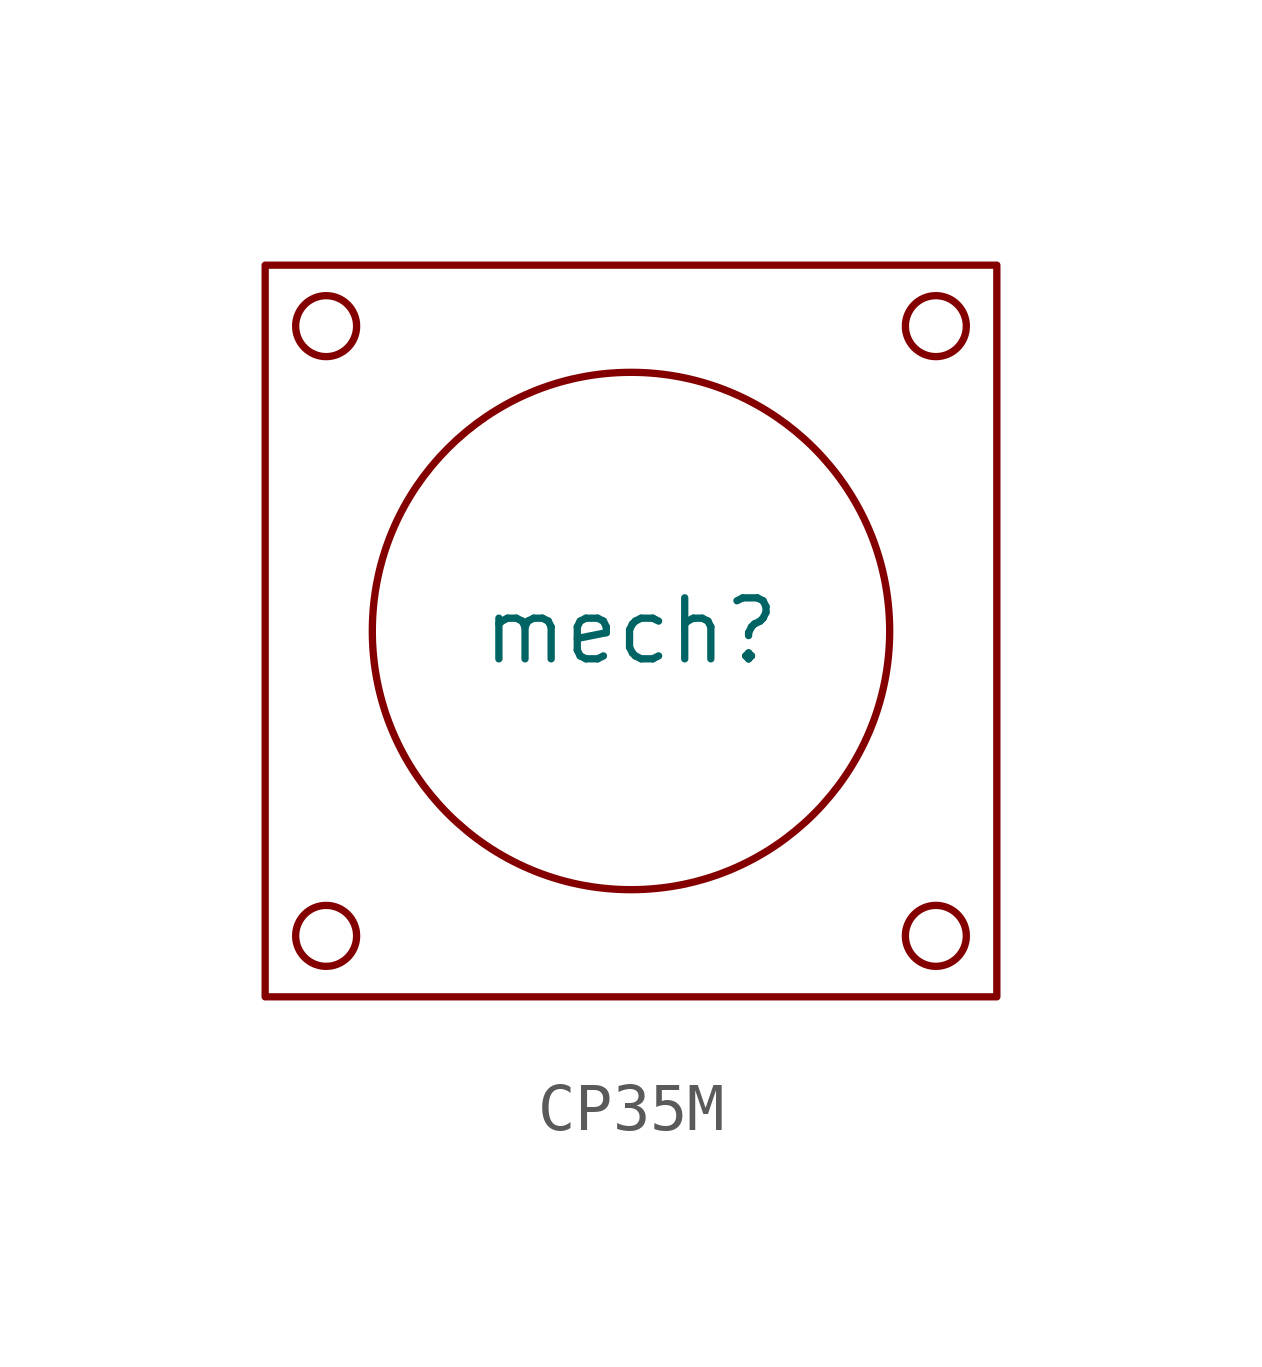
<source format=kicad_sym>
(kicad_symbol_lib
  (version 20241209)
  (generator "kicad_symbol_editor")
  (generator_version "9.0")
  (symbol "CP35M"
    (property "Reference" "mech"
      (at 0 0 0)
      (effects (font (size 1.27 1.27))))
    (property "Value" ""
      (at 0 0 0)
      (effects (font (size 1.27 1.27))))
    (symbol "CP35M_0_1"
      (rectangle (start -7.62 7.62) (end 7.62 -7.62) (stroke (width 0) (type default)) (fill (type none)))
      (circle (center -6.35 6.35) (radius 0.635) (stroke (width 0) (type default)) (fill (type none)))
      (circle (center -6.35 -6.35) (radius 0.635) (stroke (width 0) (type default)) (fill (type none)))
      (circle (center 0 0) (radius 5.388) (stroke (width 0) (type default)) (fill (type none)))
      (circle (center 6.35 6.35) (radius 0.635) (stroke (width 0) (type default)) (fill (type none)))
      (circle (center 6.35 -6.35) (radius 0.635) (stroke (width 0) (type default)) (fill (type none))))))
</source>
